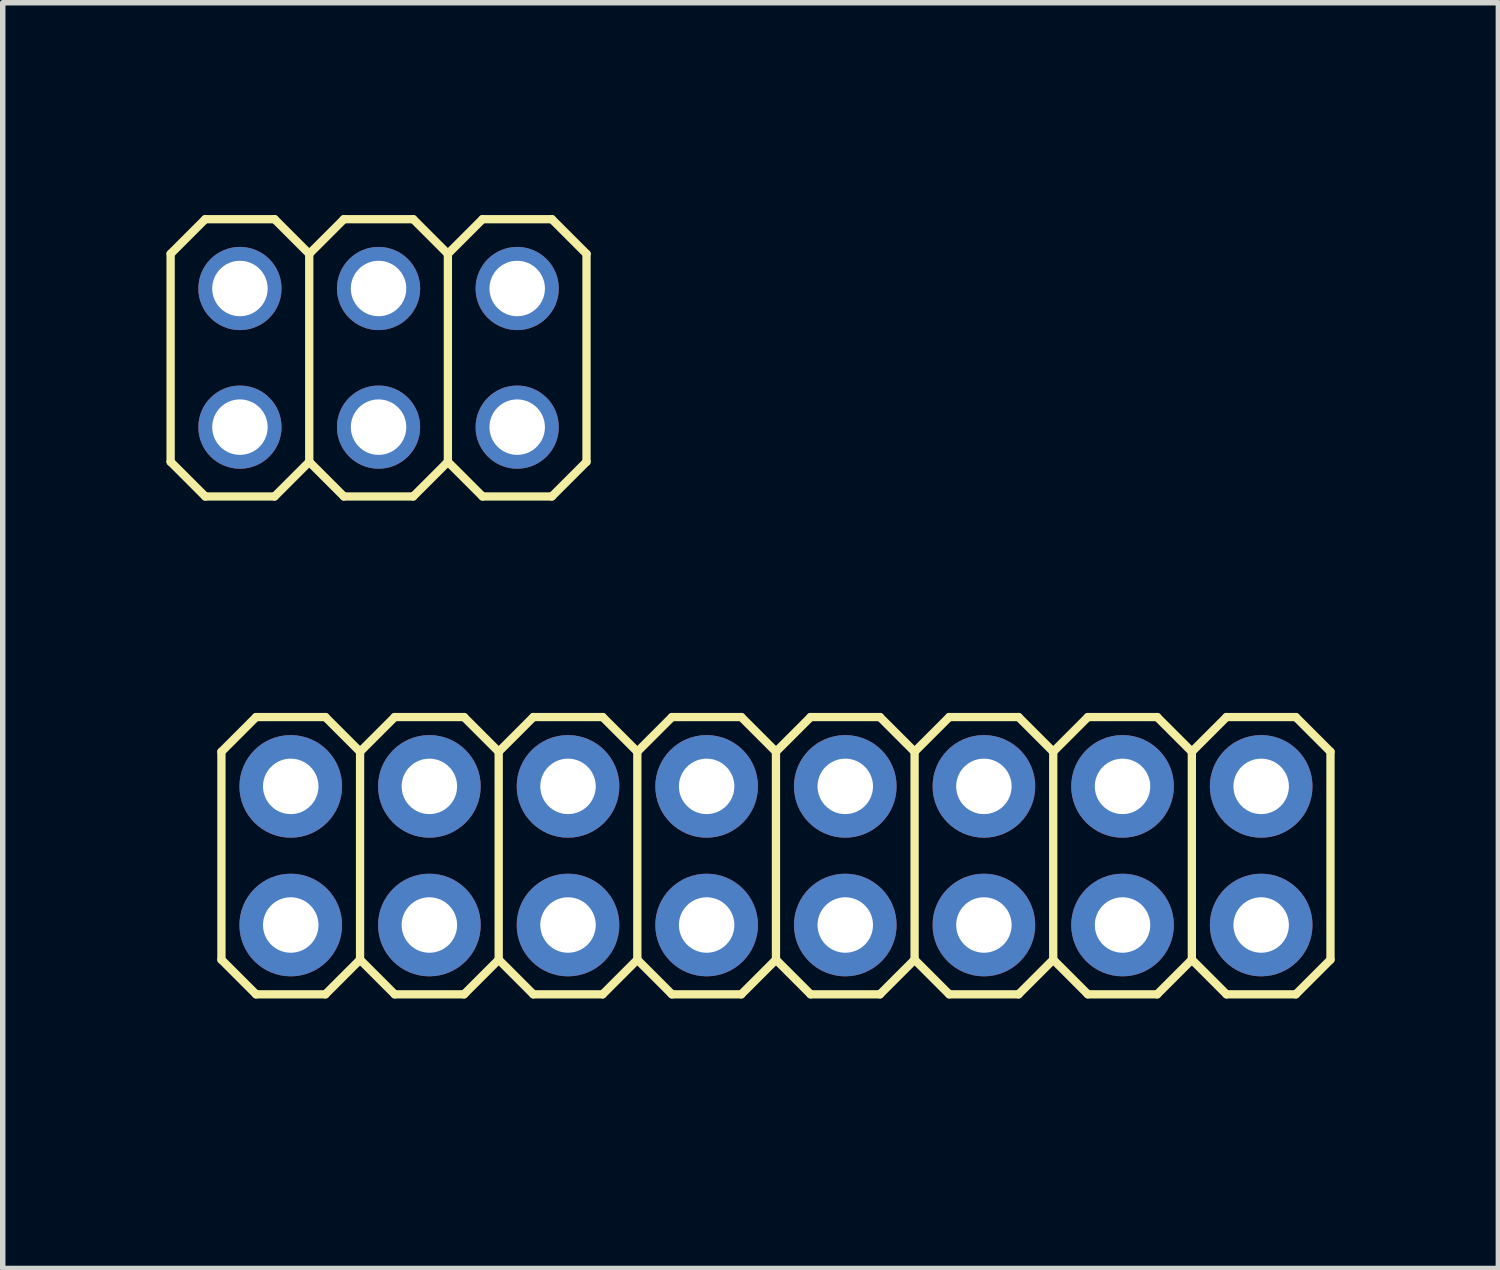
<source format=kicad_pcb>
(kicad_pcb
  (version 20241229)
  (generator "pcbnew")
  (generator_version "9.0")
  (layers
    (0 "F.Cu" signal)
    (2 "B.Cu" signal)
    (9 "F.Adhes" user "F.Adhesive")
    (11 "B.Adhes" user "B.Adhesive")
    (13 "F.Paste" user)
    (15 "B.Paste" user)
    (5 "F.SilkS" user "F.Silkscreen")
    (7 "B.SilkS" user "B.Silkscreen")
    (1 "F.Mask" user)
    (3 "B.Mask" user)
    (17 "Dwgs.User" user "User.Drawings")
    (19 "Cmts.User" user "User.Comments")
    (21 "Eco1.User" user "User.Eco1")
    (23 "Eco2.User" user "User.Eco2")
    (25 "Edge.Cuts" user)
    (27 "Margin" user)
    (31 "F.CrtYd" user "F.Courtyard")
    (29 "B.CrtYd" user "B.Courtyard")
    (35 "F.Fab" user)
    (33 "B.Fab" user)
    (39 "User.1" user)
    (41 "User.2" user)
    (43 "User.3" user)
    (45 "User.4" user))
  (footprint "2X8"
    (layer "F.Cu")
    (at 2.277 13.898)
    (property "Reference" "2X8" (at 1.27 -3.81 0) (layer "Eco1.User") (effects (font (size 1.27 1.27) (thickness 0.127))))
    (attr through_hole)
    (fp_line (start -1.27 -3.175) (end -0.635 -3.81) (stroke (width 0.152) (type solid)) (layer "F.SilkS"))
    (fp_line (start -1.27 0.635) (end -1.27 -3.175) (stroke (width 0.152) (type solid)) (layer "F.SilkS"))
    (fp_line (start -1.27 0.635) (end -0.635 1.27) (stroke (width 0.152) (type solid)) (layer "F.SilkS"))
    (fp_line (start -0.635 -3.81) (end 0.635 -3.81) (stroke (width 0.152) (type solid)) (layer "F.SilkS"))
    (fp_line (start -0.635 1.27) (end 0.635 1.27) (stroke (width 0.152) (type solid)) (layer "F.SilkS"))
    (fp_line (start 0.635 -3.81) (end 1.27 -3.175) (stroke (width 0.152) (type solid)) (layer "F.SilkS"))
    (fp_line (start 0.635 1.27) (end 1.27 0.635) (stroke (width 0.152) (type solid)) (layer "F.SilkS"))
    (fp_line (start 1.27 -3.175) (end 1.27 0.635) (stroke (width 0.152) (type solid)) (layer "F.SilkS"))
    (fp_line (start 1.27 -3.175) (end 1.905 -3.81) (stroke (width 0.152) (type solid)) (layer "F.SilkS"))
    (fp_line (start 1.27 0.635) (end 1.905 1.27) (stroke (width 0.152) (type solid)) (layer "F.SilkS"))
    (fp_line (start 1.905 -3.81) (end 3.175 -3.81) (stroke (width 0.152) (type solid)) (layer "F.SilkS"))
    (fp_line (start 1.905 1.27) (end 3.175 1.27) (stroke (width 0.152) (type solid)) (layer "F.SilkS"))
    (fp_line (start 3.175 -3.81) (end 3.81 -3.175) (stroke (width 0.152) (type solid)) (layer "F.SilkS"))
    (fp_line (start 3.175 1.27) (end 3.81 0.635) (stroke (width 0.152) (type solid)) (layer "F.SilkS"))
    (fp_line (start 3.81 -3.175) (end 3.81 0.635) (stroke (width 0.152) (type solid)) (layer "F.SilkS"))
    (fp_line (start 3.81 -3.175) (end 4.445 -3.81) (stroke (width 0.152) (type solid)) (layer "F.SilkS"))
    (fp_line (start 3.81 0.635) (end 4.445 1.27) (stroke (width 0.152) (type solid)) (layer "F.SilkS"))
    (fp_line (start 4.445 -3.81) (end 5.715 -3.81) (stroke (width 0.152) (type solid)) (layer "F.SilkS"))
    (fp_line (start 4.445 1.27) (end 5.715 1.27) (stroke (width 0.152) (type solid)) (layer "F.SilkS"))
    (fp_line (start 5.715 -3.81) (end 6.35 -3.175) (stroke (width 0.152) (type solid)) (layer "F.SilkS"))
    (fp_line (start 5.715 1.27) (end 6.35 0.635) (stroke (width 0.152) (type solid)) (layer "F.SilkS"))
    (fp_line (start 6.35 -3.175) (end 6.35 0.635) (stroke (width 0.152) (type solid)) (layer "F.SilkS"))
    (fp_line (start 6.35 -3.175) (end 6.985 -3.81) (stroke (width 0.152) (type solid)) (layer "F.SilkS"))
    (fp_line (start 6.35 0.635) (end 6.985 1.27) (stroke (width 0.152) (type solid)) (layer "F.SilkS"))
    (fp_line (start 6.985 -3.81) (end 8.255 -3.81) (stroke (width 0.152) (type solid)) (layer "F.SilkS"))
    (fp_line (start 6.985 1.27) (end 8.255 1.27) (stroke (width 0.152) (type solid)) (layer "F.SilkS"))
    (fp_line (start 8.255 -3.81) (end 8.89 -3.175) (stroke (width 0.152) (type solid)) (layer "F.SilkS"))
    (fp_line (start 8.255 1.27) (end 8.89 0.635) (stroke (width 0.152) (type solid)) (layer "F.SilkS"))
    (fp_line (start 8.89 -3.175) (end 8.89 0.635) (stroke (width 0.152) (type solid)) (layer "F.SilkS"))
    (fp_line (start 8.89 -3.175) (end 9.525 -3.81) (stroke (width 0.152) (type solid)) (layer "F.SilkS"))
    (fp_line (start 8.89 0.635) (end 9.525 1.27) (stroke (width 0.152) (type solid)) (layer "F.SilkS"))
    (fp_line (start 9.525 -3.81) (end 10.795 -3.81) (stroke (width 0.152) (type solid)) (layer "F.SilkS"))
    (fp_line (start 9.525 1.27) (end 10.795 1.27) (stroke (width 0.152) (type solid)) (layer "F.SilkS"))
    (fp_line (start 10.795 -3.81) (end 11.43 -3.175) (stroke (width 0.152) (type solid)) (layer "F.SilkS"))
    (fp_line (start 10.795 1.27) (end 11.43 0.635) (stroke (width 0.152) (type solid)) (layer "F.SilkS"))
    (fp_line (start 11.43 -3.175) (end 11.43 0.635) (stroke (width 0.152) (type solid)) (layer "F.SilkS"))
    (fp_line (start 11.43 -3.175) (end 12.065 -3.81) (stroke (width 0.152) (type solid)) (layer "F.SilkS"))
    (fp_line (start 11.43 0.635) (end 12.065 1.27) (stroke (width 0.152) (type solid)) (layer "F.SilkS"))
    (fp_line (start 12.065 -3.81) (end 13.335 -3.81) (stroke (width 0.152) (type solid)) (layer "F.SilkS"))
    (fp_line (start 12.065 1.27) (end 13.335 1.27) (stroke (width 0.152) (type solid)) (layer "F.SilkS"))
    (fp_line (start 13.335 -3.81) (end 13.97 -3.175) (stroke (width 0.152) (type solid)) (layer "F.SilkS"))
    (fp_line (start 13.335 1.27) (end 13.97 0.635) (stroke (width 0.152) (type solid)) (layer "F.SilkS"))
    (fp_line (start 13.97 -3.175) (end 13.97 0.635) (stroke (width 0.152) (type solid)) (layer "F.SilkS"))
    (fp_line (start 13.97 -3.175) (end 14.605 -3.81) (stroke (width 0.152) (type solid)) (layer "F.SilkS"))
    (fp_line (start 13.97 0.635) (end 14.605 1.27) (stroke (width 0.152) (type solid)) (layer "F.SilkS"))
    (fp_line (start 14.605 -3.81) (end 15.875 -3.81) (stroke (width 0.152) (type solid)) (layer "F.SilkS"))
    (fp_line (start 14.605 1.27) (end 15.875 1.27) (stroke (width 0.152) (type solid)) (layer "F.SilkS"))
    (fp_line (start 15.875 -3.81) (end 16.51 -3.175) (stroke (width 0.152) (type solid)) (layer "F.SilkS"))
    (fp_line (start 16.51 -3.175) (end 16.51 0.635) (stroke (width 0.152) (type solid)) (layer "F.SilkS"))
    (fp_line (start 16.51 -3.175) (end 17.145 -3.81) (stroke (width 0.152) (type solid)) (layer "F.SilkS"))
    (fp_line (start 16.51 0.635) (end 15.875 1.27) (stroke (width 0.152) (type solid)) (layer "F.SilkS"))
    (fp_line (start 16.51 0.635) (end 17.145 1.27) (stroke (width 0.152) (type solid)) (layer "F.SilkS"))
    (fp_line (start 17.145 -3.81) (end 18.415 -3.81) (stroke (width 0.152) (type solid)) (layer "F.SilkS"))
    (fp_line (start 17.145 1.27) (end 18.415 1.27) (stroke (width 0.152) (type solid)) (layer "F.SilkS"))
    (fp_line (start 18.415 -3.81) (end 19.05 -3.175) (stroke (width 0.152) (type solid)) (layer "F.SilkS"))
    (fp_line (start 19.05 -3.175) (end 19.05 0.635) (stroke (width 0.152) (type solid)) (layer "F.SilkS"))
    (fp_line (start 19.05 0.635) (end 18.415 1.27) (stroke (width 0.152) (type solid)) (layer "F.SilkS"))
    (fp_text user "1" (at -1.651 2.413 0) (layer "Eco1.User") (effects (font (size 1.016 1.016) (thickness 0.163))))
    (pad "1" thru_hole oval (at 0 0) (size 1.88 1.88) (drill 1.016) (layers "*.Cu" "*.Mask"))
    (pad "2" thru_hole oval (at 0 -2.54) (size 1.88 1.88) (drill 1.016) (layers "*.Cu" "*.Mask"))
    (pad "3" thru_hole oval (at 2.54 0) (size 1.88 1.88) (drill 1.016) (layers "*.Cu" "*.Mask"))
    (pad "4" thru_hole oval (at 2.54 -2.54) (size 1.88 1.88) (drill 1.016) (layers "*.Cu" "*.Mask"))
    (pad "5" thru_hole oval (at 5.08 0) (size 1.88 1.88) (drill 1.016) (layers "*.Cu" "*.Mask"))
    (pad "6" thru_hole oval (at 5.08 -2.54) (size 1.88 1.88) (drill 1.016) (layers "*.Cu" "*.Mask"))
    (pad "7" thru_hole oval (at 7.62 0) (size 1.88 1.88) (drill 1.016) (layers "*.Cu" "*.Mask"))
    (pad "8" thru_hole oval (at 7.62 -2.54) (size 1.88 1.88) (drill 1.016) (layers "*.Cu" "*.Mask"))
    (pad "9" thru_hole oval (at 10.16 0) (size 1.88 1.88) (drill 1.016) (layers "*.Cu" "*.Mask"))
    (pad "10" thru_hole oval (at 10.16 -2.54) (size 1.88 1.88) (drill 1.016) (layers "*.Cu" "*.Mask"))
    (pad "11" thru_hole oval (at 12.7 0) (size 1.88 1.88) (drill 1.016) (layers "*.Cu" "*.Mask"))
    (pad "12" thru_hole oval (at 12.7 -2.54) (size 1.88 1.88) (drill 1.016) (layers "*.Cu" "*.Mask"))
    (pad "13" thru_hole oval (at 15.24 0) (size 1.88 1.88) (drill 1.016) (layers "*.Cu" "*.Mask"))
    (pad "14" thru_hole oval (at 15.24 -2.54) (size 1.88 1.88) (drill 1.016) (layers "*.Cu" "*.Mask"))
    (pad "15" thru_hole oval (at 17.78 0) (size 1.88 1.88) (drill 1.016) (layers "*.Cu" "*.Mask"))
    (pad "16" thru_hole oval (at 17.78 -2.54) (size 1.88 1.88) (drill 1.016) (layers "*.Cu" "*.Mask")))
  (footprint "2X03"
    (layer "F.Cu")
    (at 3.886 3.506)
    (property "Reference" "2X03" (at -1.27 -2.54 0) (layer "Eco1.User") (effects (font (size 1.27 1.27) (thickness 0.127))))
    (attr through_hole)
    (fp_line (start -3.81 -1.905) (end -3.175 -2.54) (stroke (width 0.152) (type solid)) (layer "F.SilkS"))
    (fp_line (start -3.81 1.905) (end -3.81 -1.905) (stroke (width 0.152) (type solid)) (layer "F.SilkS"))
    (fp_line (start -3.81 1.905) (end -3.175 2.54) (stroke (width 0.152) (type solid)) (layer "F.SilkS"))
    (fp_line (start -3.175 -2.54) (end -1.905 -2.54) (stroke (width 0.152) (type solid)) (layer "F.SilkS"))
    (fp_line (start -3.175 2.54) (end -1.905 2.54) (stroke (width 0.152) (type solid)) (layer "F.SilkS"))
    (fp_line (start -1.905 -2.54) (end -1.27 -1.905) (stroke (width 0.152) (type solid)) (layer "F.SilkS"))
    (fp_line (start -1.905 2.54) (end -1.27 1.905) (stroke (width 0.152) (type solid)) (layer "F.SilkS"))
    (fp_line (start -1.27 -1.905) (end -1.27 1.905) (stroke (width 0.152) (type solid)) (layer "F.SilkS"))
    (fp_line (start -1.27 -1.905) (end -0.635 -2.54) (stroke (width 0.152) (type solid)) (layer "F.SilkS"))
    (fp_line (start -1.27 1.905) (end -0.635 2.54) (stroke (width 0.152) (type solid)) (layer "F.SilkS"))
    (fp_line (start -0.635 -2.54) (end 0.635 -2.54) (stroke (width 0.152) (type solid)) (layer "F.SilkS"))
    (fp_line (start -0.635 2.54) (end 0.635 2.54) (stroke (width 0.152) (type solid)) (layer "F.SilkS"))
    (fp_line (start 0.635 -2.54) (end 1.27 -1.905) (stroke (width 0.152) (type solid)) (layer "F.SilkS"))
    (fp_line (start 0.635 2.54) (end 1.27 1.905) (stroke (width 0.152) (type solid)) (layer "F.SilkS"))
    (fp_line (start 1.27 -1.905) (end 1.27 1.905) (stroke (width 0.152) (type solid)) (layer "F.SilkS"))
    (fp_line (start 1.27 -1.905) (end 1.905 -2.54) (stroke (width 0.152) (type solid)) (layer "F.SilkS"))
    (fp_line (start 1.27 1.905) (end 1.905 2.54) (stroke (width 0.152) (type solid)) (layer "F.SilkS"))
    (fp_line (start 1.905 -2.54) (end 3.175 -2.54) (stroke (width 0.152) (type solid)) (layer "F.SilkS"))
    (fp_line (start 1.905 2.54) (end 3.175 2.54) (stroke (width 0.152) (type solid)) (layer "F.SilkS"))
    (fp_line (start 3.175 -2.54) (end 3.81 -1.905) (stroke (width 0.152) (type solid)) (layer "F.SilkS"))
    (fp_line (start 3.175 2.54) (end 3.81 1.905) (stroke (width 0.152) (type solid)) (layer "F.SilkS"))
    (fp_line (start 3.81 -1.905) (end 3.81 1.905) (stroke (width 0.152) (type solid)) (layer "F.SilkS"))
    (pad "1" thru_hole oval (at -2.54 1.27) (size 1.524 1.524) (drill 1.016) (layers "*.Cu" "*.Mask"))
    (pad "2" thru_hole oval (at -2.54 -1.27) (size 1.524 1.524) (drill 1.016) (layers "*.Cu" "*.Mask"))
    (pad "3" thru_hole oval (at 0 1.27) (size 1.524 1.524) (drill 1.016) (layers "*.Cu" "*.Mask"))
    (pad "4" thru_hole oval (at 0 -1.27) (size 1.524 1.524) (drill 1.016) (layers "*.Cu" "*.Mask"))
    (pad "5" thru_hole oval (at 2.54 1.27) (size 1.524 1.524) (drill 1.016) (layers "*.Cu" "*.Mask"))
    (pad "6" thru_hole oval (at 2.54 -1.27) (size 1.524 1.524) (drill 1.016) (layers "*.Cu" "*.Mask")))
  (gr_rect
    (start -3 -3)
    (end 24.403 20.191)
    (stroke (width 0.1) (type default))
    (fill no)
    (layer "Edge.Cuts")))
</source>
